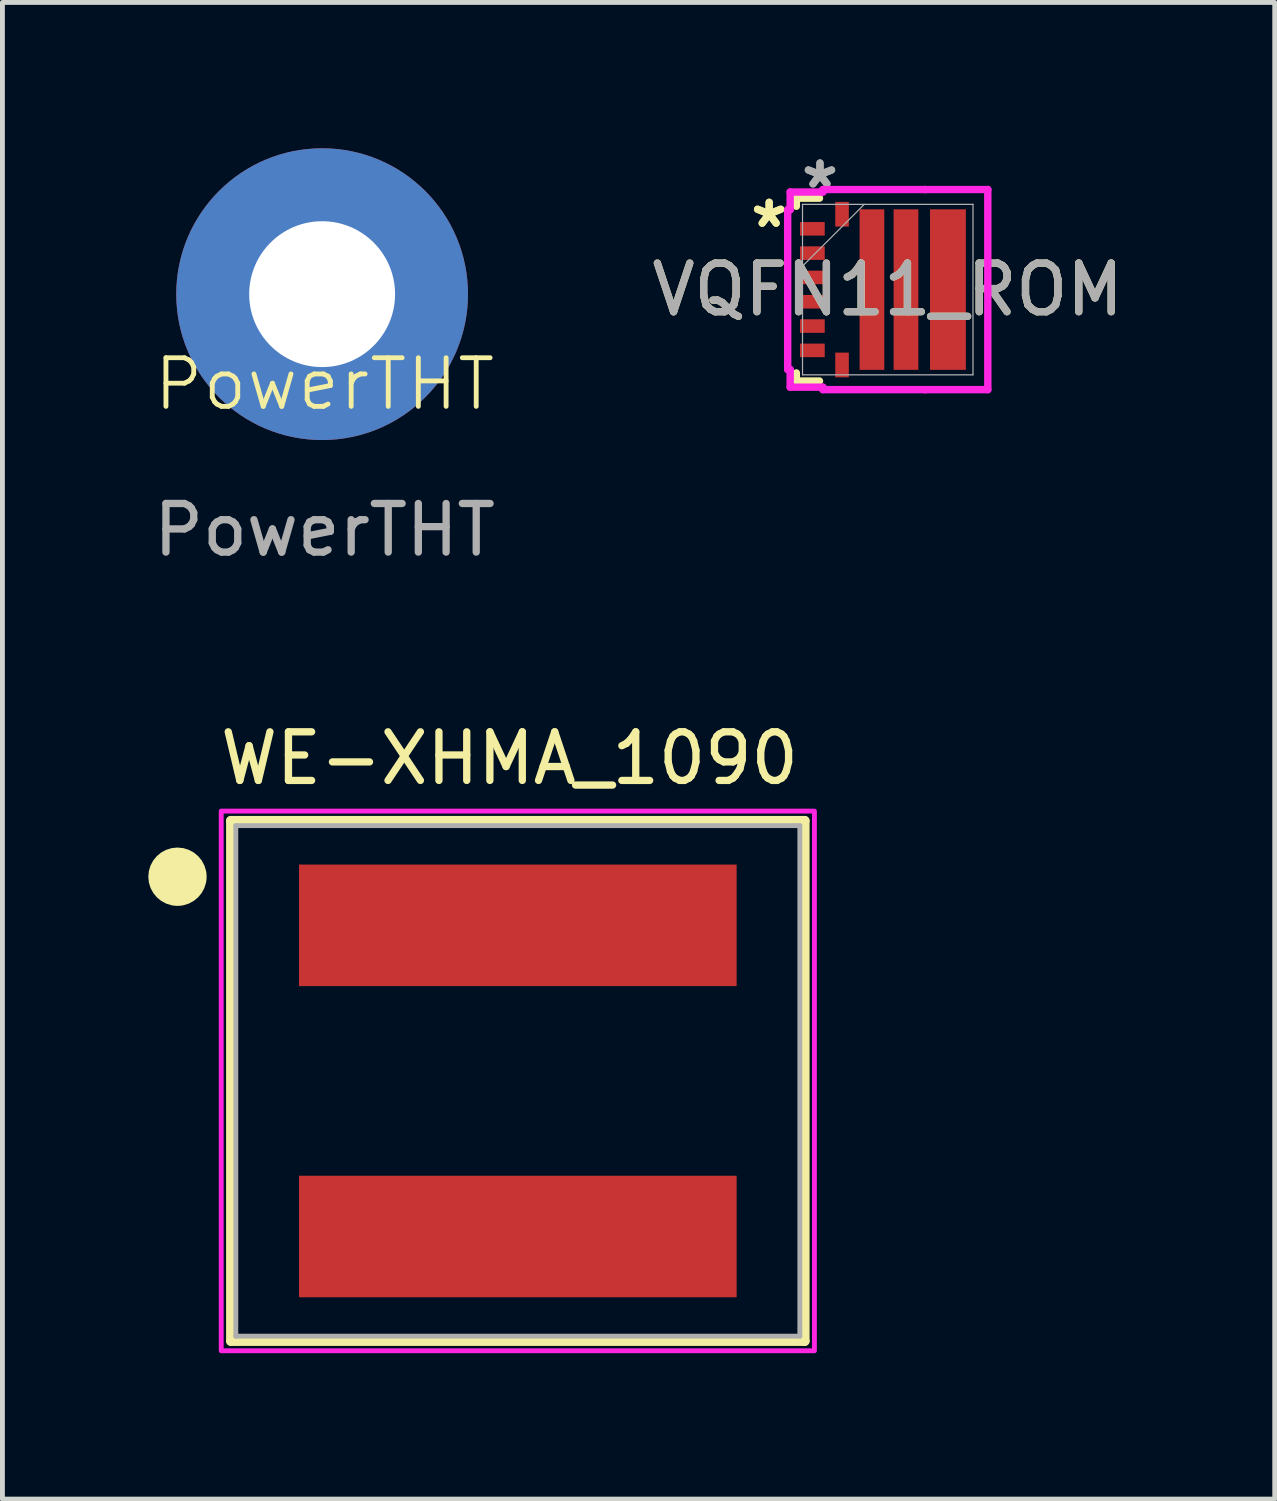
<source format=kicad_pcb>
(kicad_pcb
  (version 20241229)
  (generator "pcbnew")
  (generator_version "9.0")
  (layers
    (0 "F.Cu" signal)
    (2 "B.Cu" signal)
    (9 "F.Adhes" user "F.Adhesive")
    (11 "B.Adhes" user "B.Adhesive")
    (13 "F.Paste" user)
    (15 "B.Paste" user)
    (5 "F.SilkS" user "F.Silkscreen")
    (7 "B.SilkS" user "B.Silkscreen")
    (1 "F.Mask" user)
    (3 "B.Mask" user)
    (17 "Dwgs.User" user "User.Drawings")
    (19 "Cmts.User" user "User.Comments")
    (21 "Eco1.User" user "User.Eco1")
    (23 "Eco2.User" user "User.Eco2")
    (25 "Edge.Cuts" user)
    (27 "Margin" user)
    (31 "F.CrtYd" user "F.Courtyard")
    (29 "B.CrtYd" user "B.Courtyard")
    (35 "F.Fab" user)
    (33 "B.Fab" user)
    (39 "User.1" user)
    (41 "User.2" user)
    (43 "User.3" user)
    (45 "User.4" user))
  (footprint "PowerTHT"
    (layer "F.Cu")
    (at 3.625 5.35)
    (property "Reference" "PowerTHT" (at 0 -0.5 0) (unlocked yes) (layer "F.SilkS") (effects (font (size 1 1) (thickness 0.1))))
    (attr through_hole)
    (fp_text user "${REFERENCE}" (at 0 2.5 0) (unlocked yes) (layer "F.Fab") (effects (font (size 1 1) (thickness 0.15))))
    (pad "1" thru_hole circle (at -0.05 -2.35) (size 6 6) (drill 3) (layers "*.Cu" "*.Mask")))
  (footprint "WE-XHMA_1090"
    (layer "F.Cu")
    (at 7.6 19.181)
    (property "Reference" "WE-XHMA_1090" (at -0.17 -6.635 0) (layer "F.SilkS") (effects (font (size 1 1) (thickness 0.15))))
    (attr smd)
    (fp_line (start -5.9 -5.35) (end 5.9 -5.35) (stroke (width 0.2) (type solid)) (layer "F.SilkS"))
    (fp_line (start -5.9 5.35) (end -5.9 -5.35) (stroke (width 0.2) (type solid)) (layer "F.SilkS"))
    (fp_line (start 5.9 -5.35) (end 5.9 5.35) (stroke (width 0.2) (type solid)) (layer "F.SilkS"))
    (fp_line (start 5.9 5.35) (end -5.9 5.35) (stroke (width 0.2) (type solid)) (layer "F.SilkS"))
    (fp_circle (center -7 -4.2) (end -6.7 -4.2) (stroke (width 0.6) (type solid)) (fill no) (layer "F.SilkS"))
    (fp_poly (pts (xy -6.1 -5.55) (xy 6.1 -5.55) (xy 6.1 5.55) (xy -6.1 5.55)) (stroke (width 0.1) (type solid)) (fill no) (layer "F.CrtYd"))
    (fp_line (start -5.8 -5.25) (end 5.8 -5.25) (stroke (width 0.1) (type solid)) (layer "F.Fab"))
    (fp_line (start -5.8 5.25) (end -5.8 -5.25) (stroke (width 0.1) (type solid)) (layer "F.Fab"))
    (fp_line (start -5.8 5.25) (end 5.8 5.25) (stroke (width 0.1) (type solid)) (layer "F.Fab"))
    (fp_line (start 5.8 -5.25) (end 5.8 5.25) (stroke (width 0.1) (type solid)) (layer "F.Fab"))
    (pad "1" smd rect (at 0 -3.2) (size 9 2.5) (layers "F.Cu" "F.Mask" "F.Paste"))
    (pad "2" smd rect (at 0 3.2) (size 9 2.5) (layers "F.Cu" "F.Mask" "F.Paste"))
    (zone (net_name "") (layer "F.Cu") (hatch full 0.508) (connect_pads) (min_thickness 0.1) (filled_areas_thickness no) (keepout (tracks not_allowed) (vias not_allowed) (pads not_allowed) (copperpour not_allowed) (footprints allowed)) (placement (enabled no)) (fill) (polygon (pts (xy 1.9 17.282) (xy 13.3 17.282) (xy 13.3 21.081) (xy 1.9 21.081))))
    (zone (net_name "") (layers "F.Cu" "B.Cu") (hatch full 0.508) (connect_pads) (min_thickness 0.1) (filled_areas_thickness no) (keepout (tracks allowed) (vias not_allowed) (pads allowed) (copperpour allowed) (footprints allowed)) (placement (enabled no)) (fill) (polygon (pts (xy 1.9 17.282) (xy 13.3 17.282) (xy 13.3 21.081) (xy 1.9 21.081)))))
  (footprint "VQFN11_ROM"
    (layer "F.Cu")
    (at 15.208 2.906)
    (property "Reference" "VQFN11_ROM" (at 0 0 0) (unlocked yes) (layer "F.SilkS") (effects (font (size 1 1) (thickness 0.15))))
    (attr smd)
    (fp_line (start -1.88 -1.88) (end -1.88 -1.714) (stroke (width 0.152) (type solid)) (layer "F.SilkS"))
    (fp_line (start -1.88 1.714) (end -1.88 1.88) (stroke (width 0.152) (type solid)) (layer "F.SilkS"))
    (fp_line (start -1.88 1.88) (end -1.404 1.88) (stroke (width 0.152) (type solid)) (layer "F.SilkS"))
    (fp_line (start -1.404 -1.88) (end -1.88 -1.88) (stroke (width 0.152) (type solid)) (layer "F.SilkS"))
    (fp_line (start -2.058 -1.644) (end -2.058 1.644) (stroke (width 0.152) (type solid)) (layer "F.CrtYd"))
    (fp_line (start -2.058 1.644) (end -2.007 1.644) (stroke (width 0.152) (type solid)) (layer "F.CrtYd"))
    (fp_line (start -2.007 -2.007) (end -2.007 -1.644) (stroke (width 0.152) (type solid)) (layer "F.CrtYd"))
    (fp_line (start -2.007 -1.644) (end -2.058 -1.644) (stroke (width 0.152) (type solid)) (layer "F.CrtYd"))
    (fp_line (start -2.007 1.644) (end -2.007 2.007) (stroke (width 0.152) (type solid)) (layer "F.CrtYd"))
    (fp_line (start -2.007 2.007) (end -1.334 2.007) (stroke (width 0.152) (type solid)) (layer "F.CrtYd"))
    (fp_line (start -1.334 -2.058) (end -1.334 -2.007) (stroke (width 0.152) (type solid)) (layer "F.CrtYd"))
    (fp_line (start -1.334 -2.007) (end -2.007 -2.007) (stroke (width 0.152) (type solid)) (layer "F.CrtYd"))
    (fp_line (start -1.334 2.007) (end -1.334 2.058) (stroke (width 0.152) (type solid)) (layer "F.CrtYd"))
    (fp_line (start -1.334 2.058) (end 0.769 2.058) (stroke (width 0.152) (type solid)) (layer "F.CrtYd"))
    (fp_line (start 0.769 -2.058) (end 0.769 -2.058) (stroke (width 0.152) (type solid)) (layer "F.CrtYd"))
    (fp_line (start 0.769 -2.058) (end -1.334 -2.058) (stroke (width 0.152) (type solid)) (layer "F.CrtYd"))
    (fp_line (start 0.769 2.058) (end 2.058 2.058) (stroke (width 0.152) (type solid)) (layer "F.CrtYd"))
    (fp_line (start 0.769 2.058) (end 0.769 2.058) (stroke (width 0.152) (type solid)) (layer "F.CrtYd"))
    (fp_line (start 2.058 -2.058) (end 0.769 -2.058) (stroke (width 0.152) (type solid)) (layer "F.CrtYd"))
    (fp_line (start 2.058 2.058) (end 2.058 -2.058) (stroke (width 0.152) (type solid)) (layer "F.CrtYd"))
    (fp_line (start -1.753 -1.753) (end -1.753 1.753) (stroke (width 0.025) (type solid)) (layer "F.Fab"))
    (fp_line (start -1.753 -0.483) (end -0.483 -1.753) (stroke (width 0.025) (type solid)) (layer "F.Fab"))
    (fp_line (start -1.753 1.753) (end 1.753 1.753) (stroke (width 0.025) (type solid)) (layer "F.Fab"))
    (fp_line (start 1.753 -1.753) (end -1.753 -1.753) (stroke (width 0.025) (type solid)) (layer "F.Fab"))
    (fp_line (start 1.753 1.753) (end 1.753 -1.753) (stroke (width 0.025) (type solid)) (layer "F.Fab"))
    (fp_text user "*" (at -2.439 -1.25 0) (unlocked yes) (layer "F.SilkS") (effects (font (size 1 1) (thickness 0.15))))
    (fp_text user "*" (at -2.439 -1.25 0) (layer "F.SilkS") (effects (font (size 1 1) (thickness 0.15))))
    (fp_text user "*" (at -1.394 -2.058 0) (unlocked yes) (layer "F.Fab") (effects (font (size 1 1) (thickness 0.15))))
    (fp_text user "*" (at -1.394 -2.058 0) (layer "F.Fab") (effects (font (size 1 1) (thickness 0.15))))
    (fp_text user "${REFERENCE}" (at 0 0 0) (unlocked yes) (layer "F.Fab") (effects (font (size 1 1) (thickness 0.15))))
    (pad "1" smd rect (at -1.55 -1.25) (size 0.508 0.279) (layers "F.Cu" "F.Mask" "F.Paste"))
    (pad "2" smd rect (at -1.55 -0.75) (size 0.508 0.279) (layers "F.Cu" "F.Mask" "F.Paste"))
    (pad "3" smd rect (at -1.55 -0.25) (size 0.508 0.279) (layers "F.Cu" "F.Mask" "F.Paste"))
    (pad "4" smd rect (at -1.55 0.25) (size 0.508 0.279) (layers "F.Cu" "F.Mask" "F.Paste"))
    (pad "5" smd rect (at -1.55 0.75) (size 0.508 0.279) (layers "F.Cu" "F.Mask" "F.Paste"))
    (pad "6" smd rect (at -1.55 1.25) (size 0.508 0.279) (layers "F.Cu" "F.Mask" "F.Paste"))
    (pad "7" smd rect (at -0.94 1.55 90) (size 0.508 0.279) (layers "F.Cu" "F.Mask" "F.Paste"))
    (pad "8" smd rect (at -0.325 0 90) (size 3.302 0.508) (layers "F.Cu" "F.Mask" "F.Paste"))
    (pad "9" smd rect (at 0.375 0 90) (size 3.302 0.508) (layers "F.Cu" "F.Mask" "F.Paste"))
    (pad "10" smd rect (at 1.238 0 90) (size 3.302 0.737) (layers "F.Cu" "F.Mask" "F.Paste"))
    (pad "11" smd rect (at -0.94 -1.55 90) (size 0.508 0.279) (layers "F.Cu" "F.Mask" "F.Paste")))
  (gr_rect
    (start -3 -3)
    (end 23.167 27.782)
    (stroke (width 0.1) (type default))
    (fill no)
    (layer "Edge.Cuts")))
</source>
